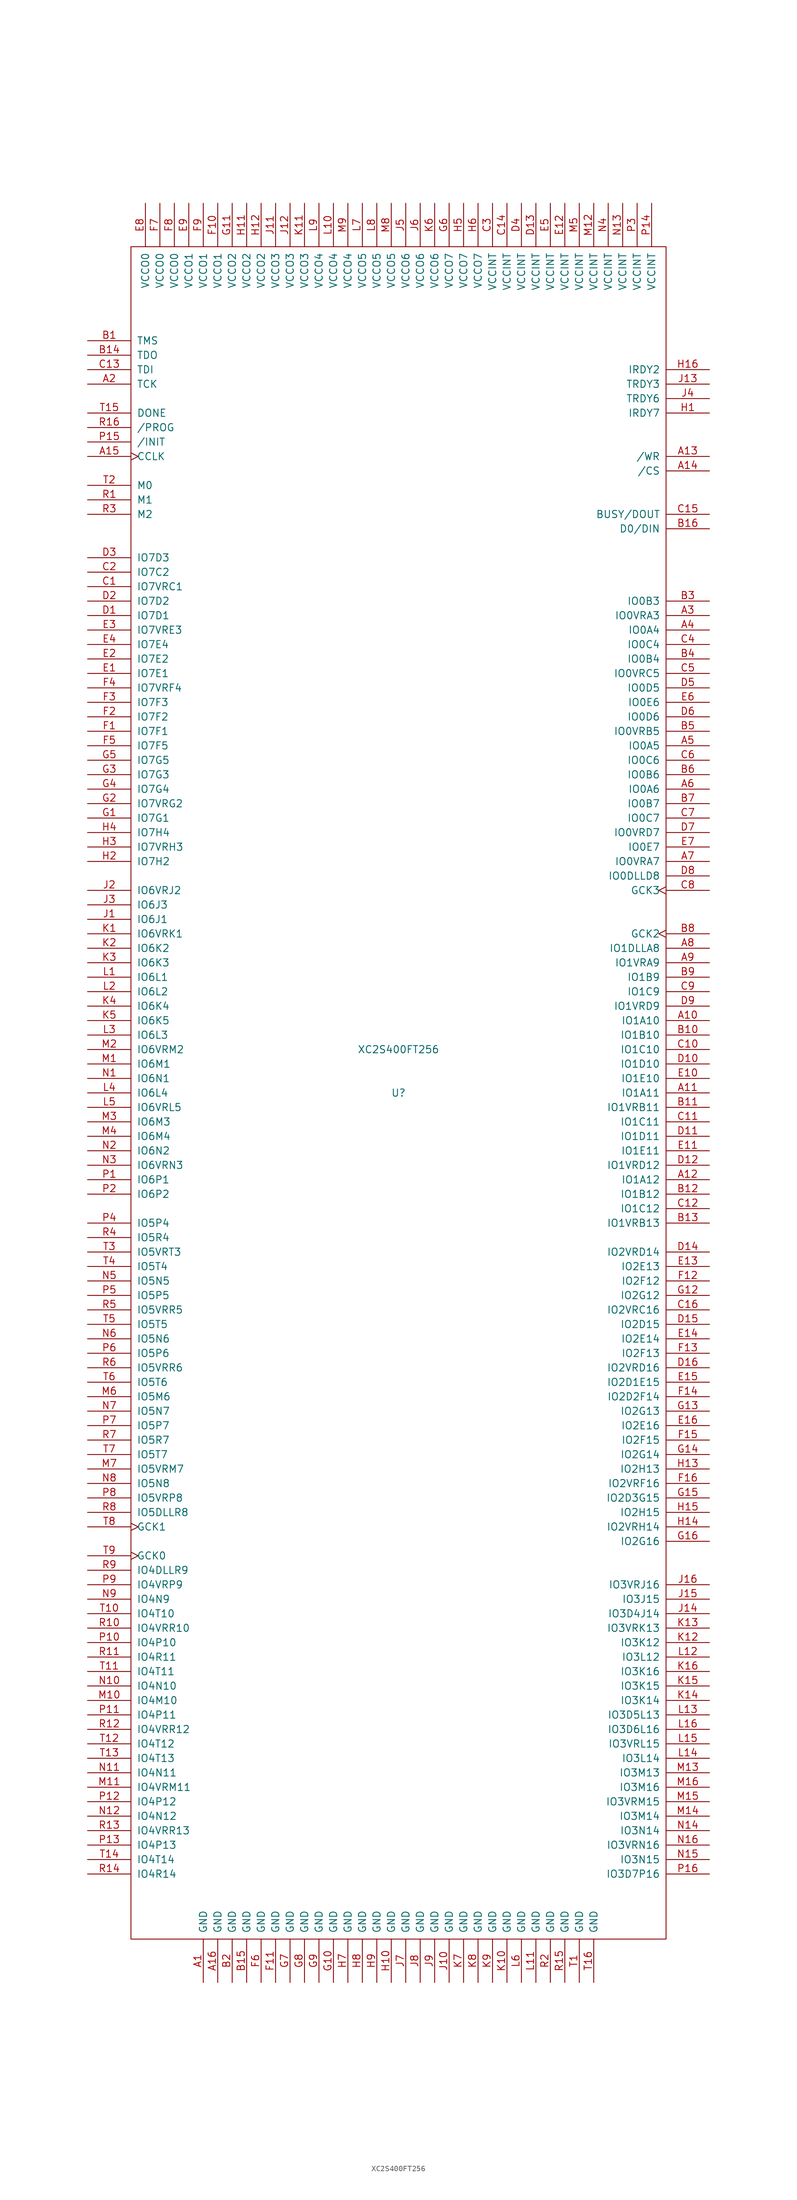
<source format=kicad_sym>
(kicad_symbol_lib
  (version 20201005)
  (generator kicad_symbol_editor)
  (symbol "FPGA_Xilinx:XC2S400FT256"
    (pin_names
      (offset 1.016))
    (property "Reference" "U"
      (at 0 0 0)
      (effects (font (size 1.27 1.27))))
    (property "Value" "XC2S400FT256"
      (at 0 7.62 0)
      (effects (font (size 1.27 1.27))))
    (symbol "XC2S400FT256_0_1"
      (rectangle (start 46.99 -148.59) (end -46.99 148.59) (stroke (width 0)) (fill (type none))))
    (symbol "XC2S400FT256_1_1"
      (pin power_in line (at -34.29 -156.21 90) (length 7.62) (name "GND" (effects (font (size 1.27 1.27)))) (number "A1" (effects (font (size 1.27 1.27)))))
      (pin bidirectional line (at 54.61 12.7 180) (length 7.62) (name "IO1A10" (effects (font (size 1.27 1.27)))) (number "A10" (effects (font (size 1.27 1.27)))))
      (pin bidirectional line (at 54.61 0 180) (length 7.62) (name "IO1A11" (effects (font (size 1.27 1.27)))) (number "A11" (effects (font (size 1.27 1.27)))))
      (pin bidirectional line (at 54.61 -15.24 180) (length 7.62) (name "IO1A12" (effects (font (size 1.27 1.27)))) (number "A12" (effects (font (size 1.27 1.27)))))
      (pin bidirectional line (at 54.61 111.76 180) (length 7.62) (name "/WR" (effects (font (size 1.27 1.27)))) (number "A13" (effects (font (size 1.27 1.27)))))
      (pin bidirectional line (at 54.61 109.22 180) (length 7.62) (name "/CS" (effects (font (size 1.27 1.27)))) (number "A14" (effects (font (size 1.27 1.27)))))
      (pin bidirectional clock (at -54.61 111.76 0) (length 7.62) (name "CCLK" (effects (font (size 1.27 1.27)))) (number "A15" (effects (font (size 1.27 1.27)))))
      (pin power_in line (at -31.75 -156.21 90) (length 7.62) (name "GND" (effects (font (size 1.27 1.27)))) (number "A16" (effects (font (size 1.27 1.27)))))
      (pin bidirectional line (at -54.61 124.46 0) (length 7.62) (name "TCK" (effects (font (size 1.27 1.27)))) (number "A2" (effects (font (size 1.27 1.27)))))
      (pin bidirectional line (at 54.61 83.82 180) (length 7.62) (name "IO0VRA3" (effects (font (size 1.27 1.27)))) (number "A3" (effects (font (size 1.27 1.27)))))
      (pin bidirectional line (at 54.61 81.28 180) (length 7.62) (name "IO0A4" (effects (font (size 1.27 1.27)))) (number "A4" (effects (font (size 1.27 1.27)))))
      (pin bidirectional line (at 54.61 60.96 180) (length 7.62) (name "IO0A5" (effects (font (size 1.27 1.27)))) (number "A5" (effects (font (size 1.27 1.27)))))
      (pin bidirectional line (at 54.61 53.34 180) (length 7.62) (name "IO0A6" (effects (font (size 1.27 1.27)))) (number "A6" (effects (font (size 1.27 1.27)))))
      (pin bidirectional line (at 54.61 40.64 180) (length 7.62) (name "IO0VRA7" (effects (font (size 1.27 1.27)))) (number "A7" (effects (font (size 1.27 1.27)))))
      (pin bidirectional line (at 54.61 25.4 180) (length 7.62) (name "IO1DLLA8" (effects (font (size 1.27 1.27)))) (number "A8" (effects (font (size 1.27 1.27)))))
      (pin bidirectional line (at 54.61 22.86 180) (length 7.62) (name "IO1VRA9" (effects (font (size 1.27 1.27)))) (number "A9" (effects (font (size 1.27 1.27)))))
      (pin bidirectional line (at -54.61 132.08 0) (length 7.62) (name "TMS" (effects (font (size 1.27 1.27)))) (number "B1" (effects (font (size 1.27 1.27)))))
      (pin bidirectional line (at 54.61 10.16 180) (length 7.62) (name "IO1B10" (effects (font (size 1.27 1.27)))) (number "B10" (effects (font (size 1.27 1.27)))))
      (pin bidirectional line (at 54.61 -2.54 180) (length 7.62) (name "IO1VRB11" (effects (font (size 1.27 1.27)))) (number "B11" (effects (font (size 1.27 1.27)))))
      (pin bidirectional line (at 54.61 -17.78 180) (length 7.62) (name "IO1B12" (effects (font (size 1.27 1.27)))) (number "B12" (effects (font (size 1.27 1.27)))))
      (pin bidirectional line (at 54.61 -22.86 180) (length 7.62) (name "IO1VRB13" (effects (font (size 1.27 1.27)))) (number "B13" (effects (font (size 1.27 1.27)))))
      (pin bidirectional line (at -54.61 129.54 0) (length 7.62) (name "TDO" (effects (font (size 1.27 1.27)))) (number "B14" (effects (font (size 1.27 1.27)))))
      (pin power_in line (at -26.67 -156.21 90) (length 7.62) (name "GND" (effects (font (size 1.27 1.27)))) (number "B15" (effects (font (size 1.27 1.27)))))
      (pin bidirectional line (at 54.61 99.06 180) (length 7.62) (name "D0/DIN" (effects (font (size 1.27 1.27)))) (number "B16" (effects (font (size 1.27 1.27)))))
      (pin power_in line (at -29.21 -156.21 90) (length 7.62) (name "GND" (effects (font (size 1.27 1.27)))) (number "B2" (effects (font (size 1.27 1.27)))))
      (pin bidirectional line (at 54.61 86.36 180) (length 7.62) (name "IO0B3" (effects (font (size 1.27 1.27)))) (number "B3" (effects (font (size 1.27 1.27)))))
      (pin bidirectional line (at 54.61 76.2 180) (length 7.62) (name "IO0B4" (effects (font (size 1.27 1.27)))) (number "B4" (effects (font (size 1.27 1.27)))))
      (pin bidirectional line (at 54.61 63.5 180) (length 7.62) (name "IO0VRB5" (effects (font (size 1.27 1.27)))) (number "B5" (effects (font (size 1.27 1.27)))))
      (pin bidirectional line (at 54.61 55.88 180) (length 7.62) (name "IO0B6" (effects (font (size 1.27 1.27)))) (number "B6" (effects (font (size 1.27 1.27)))))
      (pin bidirectional line (at 54.61 50.8 180) (length 7.62) (name "IO0B7" (effects (font (size 1.27 1.27)))) (number "B7" (effects (font (size 1.27 1.27)))))
      (pin input clock (at 54.61 27.94 180) (length 7.62) (name "GCK2" (effects (font (size 1.27 1.27)))) (number "B8" (effects (font (size 1.27 1.27)))))
      (pin bidirectional line (at 54.61 20.32 180) (length 7.62) (name "IO1B9" (effects (font (size 1.27 1.27)))) (number "B9" (effects (font (size 1.27 1.27)))))
      (pin bidirectional line (at -54.61 88.9 0) (length 7.62) (name "IO7VRC1" (effects (font (size 1.27 1.27)))) (number "C1" (effects (font (size 1.27 1.27)))))
      (pin bidirectional line (at 54.61 7.62 180) (length 7.62) (name "IO1C10" (effects (font (size 1.27 1.27)))) (number "C10" (effects (font (size 1.27 1.27)))))
      (pin bidirectional line (at 54.61 -5.08 180) (length 7.62) (name "IO1C11" (effects (font (size 1.27 1.27)))) (number "C11" (effects (font (size 1.27 1.27)))))
      (pin bidirectional line (at 54.61 -20.32 180) (length 7.62) (name "IO1C12" (effects (font (size 1.27 1.27)))) (number "C12" (effects (font (size 1.27 1.27)))))
      (pin bidirectional line (at -54.61 127 0) (length 7.62) (name "TDI" (effects (font (size 1.27 1.27)))) (number "C13" (effects (font (size 1.27 1.27)))))
      (pin power_in line (at 19.05 156.21 270) (length 7.62) (name "VCCINT" (effects (font (size 1.27 1.27)))) (number "C14" (effects (font (size 1.27 1.27)))))
      (pin bidirectional line (at 54.61 101.6 180) (length 7.62) (name "BUSY/DOUT" (effects (font (size 1.27 1.27)))) (number "C15" (effects (font (size 1.27 1.27)))))
      (pin bidirectional line (at 54.61 -38.1 180) (length 7.62) (name "IO2VRC16" (effects (font (size 1.27 1.27)))) (number "C16" (effects (font (size 1.27 1.27)))))
      (pin bidirectional line (at -54.61 91.44 0) (length 7.62) (name "IO7C2" (effects (font (size 1.27 1.27)))) (number "C2" (effects (font (size 1.27 1.27)))))
      (pin power_in line (at 16.51 156.21 270) (length 7.62) (name "VCCINT" (effects (font (size 1.27 1.27)))) (number "C3" (effects (font (size 1.27 1.27)))))
      (pin bidirectional line (at 54.61 78.74 180) (length 7.62) (name "IO0C4" (effects (font (size 1.27 1.27)))) (number "C4" (effects (font (size 1.27 1.27)))))
      (pin bidirectional line (at 54.61 73.66 180) (length 7.62) (name "IO0VRC5" (effects (font (size 1.27 1.27)))) (number "C5" (effects (font (size 1.27 1.27)))))
      (pin bidirectional line (at 54.61 58.42 180) (length 7.62) (name "IO0C6" (effects (font (size 1.27 1.27)))) (number "C6" (effects (font (size 1.27 1.27)))))
      (pin bidirectional line (at 54.61 48.26 180) (length 7.62) (name "IO0C7" (effects (font (size 1.27 1.27)))) (number "C7" (effects (font (size 1.27 1.27)))))
      (pin input clock (at 54.61 35.56 180) (length 7.62) (name "GCK3" (effects (font (size 1.27 1.27)))) (number "C8" (effects (font (size 1.27 1.27)))))
      (pin bidirectional line (at 54.61 17.78 180) (length 7.62) (name "IO1C9" (effects (font (size 1.27 1.27)))) (number "C9" (effects (font (size 1.27 1.27)))))
      (pin bidirectional line (at -54.61 83.82 0) (length 7.62) (name "IO7D1" (effects (font (size 1.27 1.27)))) (number "D1" (effects (font (size 1.27 1.27)))))
      (pin bidirectional line (at 54.61 5.08 180) (length 7.62) (name "IO1D10" (effects (font (size 1.27 1.27)))) (number "D10" (effects (font (size 1.27 1.27)))))
      (pin bidirectional line (at 54.61 -7.62 180) (length 7.62) (name "IO1D11" (effects (font (size 1.27 1.27)))) (number "D11" (effects (font (size 1.27 1.27)))))
      (pin bidirectional line (at 54.61 -12.7 180) (length 7.62) (name "IO1VRD12" (effects (font (size 1.27 1.27)))) (number "D12" (effects (font (size 1.27 1.27)))))
      (pin power_in line (at 24.13 156.21 270) (length 7.62) (name "VCCINT" (effects (font (size 1.27 1.27)))) (number "D13" (effects (font (size 1.27 1.27)))))
      (pin bidirectional line (at 54.61 -27.94 180) (length 7.62) (name "IO2VRD14" (effects (font (size 1.27 1.27)))) (number "D14" (effects (font (size 1.27 1.27)))))
      (pin bidirectional line (at 54.61 -40.64 180) (length 7.62) (name "IO2D15" (effects (font (size 1.27 1.27)))) (number "D15" (effects (font (size 1.27 1.27)))))
      (pin bidirectional line (at 54.61 -48.26 180) (length 7.62) (name "IO2VRD16" (effects (font (size 1.27 1.27)))) (number "D16" (effects (font (size 1.27 1.27)))))
      (pin bidirectional line (at -54.61 86.36 0) (length 7.62) (name "IO7D2" (effects (font (size 1.27 1.27)))) (number "D2" (effects (font (size 1.27 1.27)))))
      (pin bidirectional line (at -54.61 93.98 0) (length 7.62) (name "IO7D3" (effects (font (size 1.27 1.27)))) (number "D3" (effects (font (size 1.27 1.27)))))
      (pin power_in line (at 21.59 156.21 270) (length 7.62) (name "VCCINT" (effects (font (size 1.27 1.27)))) (number "D4" (effects (font (size 1.27 1.27)))))
      (pin bidirectional line (at 54.61 71.12 180) (length 7.62) (name "IO0D5" (effects (font (size 1.27 1.27)))) (number "D5" (effects (font (size 1.27 1.27)))))
      (pin bidirectional line (at 54.61 66.04 180) (length 7.62) (name "IO0D6" (effects (font (size 1.27 1.27)))) (number "D6" (effects (font (size 1.27 1.27)))))
      (pin bidirectional line (at 54.61 45.72 180) (length 7.62) (name "IO0VRD7" (effects (font (size 1.27 1.27)))) (number "D7" (effects (font (size 1.27 1.27)))))
      (pin bidirectional line (at 54.61 38.1 180) (length 7.62) (name "IO0DLLD8" (effects (font (size 1.27 1.27)))) (number "D8" (effects (font (size 1.27 1.27)))))
      (pin bidirectional line (at 54.61 15.24 180) (length 7.62) (name "IO1VRD9" (effects (font (size 1.27 1.27)))) (number "D9" (effects (font (size 1.27 1.27)))))
      (pin bidirectional line (at -54.61 73.66 0) (length 7.62) (name "IO7E1" (effects (font (size 1.27 1.27)))) (number "E1" (effects (font (size 1.27 1.27)))))
      (pin bidirectional line (at 54.61 2.54 180) (length 7.62) (name "IO1E10" (effects (font (size 1.27 1.27)))) (number "E10" (effects (font (size 1.27 1.27)))))
      (pin bidirectional line (at 54.61 -10.16 180) (length 7.62) (name "IO1E11" (effects (font (size 1.27 1.27)))) (number "E11" (effects (font (size 1.27 1.27)))))
      (pin power_in line (at 29.21 156.21 270) (length 7.62) (name "VCCINT" (effects (font (size 1.27 1.27)))) (number "E12" (effects (font (size 1.27 1.27)))))
      (pin bidirectional line (at 54.61 -30.48 180) (length 7.62) (name "IO2E13" (effects (font (size 1.27 1.27)))) (number "E13" (effects (font (size 1.27 1.27)))))
      (pin bidirectional line (at 54.61 -43.18 180) (length 7.62) (name "IO2E14" (effects (font (size 1.27 1.27)))) (number "E14" (effects (font (size 1.27 1.27)))))
      (pin bidirectional line (at 54.61 -50.8 180) (length 7.62) (name "IO2D1E15" (effects (font (size 1.27 1.27)))) (number "E15" (effects (font (size 1.27 1.27)))))
      (pin bidirectional line (at 54.61 -58.42 180) (length 7.62) (name "IO2E16" (effects (font (size 1.27 1.27)))) (number "E16" (effects (font (size 1.27 1.27)))))
      (pin bidirectional line (at -54.61 76.2 0) (length 7.62) (name "IO7E2" (effects (font (size 1.27 1.27)))) (number "E2" (effects (font (size 1.27 1.27)))))
      (pin bidirectional line (at -54.61 81.28 0) (length 7.62) (name "IO7VRE3" (effects (font (size 1.27 1.27)))) (number "E3" (effects (font (size 1.27 1.27)))))
      (pin bidirectional line (at -54.61 78.74 0) (length 7.62) (name "IO7E4" (effects (font (size 1.27 1.27)))) (number "E4" (effects (font (size 1.27 1.27)))))
      (pin power_in line (at 26.67 156.21 270) (length 7.62) (name "VCCINT" (effects (font (size 1.27 1.27)))) (number "E5" (effects (font (size 1.27 1.27)))))
      (pin bidirectional line (at 54.61 68.58 180) (length 7.62) (name "IO0E6" (effects (font (size 1.27 1.27)))) (number "E6" (effects (font (size 1.27 1.27)))))
      (pin bidirectional line (at 54.61 43.18 180) (length 7.62) (name "IO0E7" (effects (font (size 1.27 1.27)))) (number "E7" (effects (font (size 1.27 1.27)))))
      (pin power_in line (at -44.45 156.21 270) (length 7.62) (name "VCCO0" (effects (font (size 1.27 1.27)))) (number "E8" (effects (font (size 1.27 1.27)))))
      (pin power_in line (at -36.83 156.21 270) (length 7.62) (name "VCCO1" (effects (font (size 1.27 1.27)))) (number "E9" (effects (font (size 1.27 1.27)))))
      (pin bidirectional line (at -54.61 63.5 0) (length 7.62) (name "IO7F1" (effects (font (size 1.27 1.27)))) (number "F1" (effects (font (size 1.27 1.27)))))
      (pin power_in line (at -31.75 156.21 270) (length 7.62) (name "VCCO1" (effects (font (size 1.27 1.27)))) (number "F10" (effects (font (size 1.27 1.27)))))
      (pin power_in line (at -21.59 -156.21 90) (length 7.62) (name "GND" (effects (font (size 1.27 1.27)))) (number "F11" (effects (font (size 1.27 1.27)))))
      (pin bidirectional line (at 54.61 -33.02 180) (length 7.62) (name "IO2F12" (effects (font (size 1.27 1.27)))) (number "F12" (effects (font (size 1.27 1.27)))))
      (pin bidirectional line (at 54.61 -45.72 180) (length 7.62) (name "IO2F13" (effects (font (size 1.27 1.27)))) (number "F13" (effects (font (size 1.27 1.27)))))
      (pin bidirectional line (at 54.61 -53.34 180) (length 7.62) (name "IO2D2F14" (effects (font (size 1.27 1.27)))) (number "F14" (effects (font (size 1.27 1.27)))))
      (pin bidirectional line (at 54.61 -60.96 180) (length 7.62) (name "IO2F15" (effects (font (size 1.27 1.27)))) (number "F15" (effects (font (size 1.27 1.27)))))
      (pin bidirectional line (at 54.61 -68.58 180) (length 7.62) (name "IO2VRF16" (effects (font (size 1.27 1.27)))) (number "F16" (effects (font (size 1.27 1.27)))))
      (pin bidirectional line (at -54.61 66.04 0) (length 7.62) (name "IO7F2" (effects (font (size 1.27 1.27)))) (number "F2" (effects (font (size 1.27 1.27)))))
      (pin bidirectional line (at -54.61 68.58 0) (length 7.62) (name "IO7F3" (effects (font (size 1.27 1.27)))) (number "F3" (effects (font (size 1.27 1.27)))))
      (pin bidirectional line (at -54.61 71.12 0) (length 7.62) (name "IO7VRF4" (effects (font (size 1.27 1.27)))) (number "F4" (effects (font (size 1.27 1.27)))))
      (pin bidirectional line (at -54.61 60.96 0) (length 7.62) (name "IO7F5" (effects (font (size 1.27 1.27)))) (number "F5" (effects (font (size 1.27 1.27)))))
      (pin power_in line (at -24.13 -156.21 90) (length 7.62) (name "GND" (effects (font (size 1.27 1.27)))) (number "F6" (effects (font (size 1.27 1.27)))))
      (pin power_in line (at -41.91 156.21 270) (length 7.62) (name "VCCO0" (effects (font (size 1.27 1.27)))) (number "F7" (effects (font (size 1.27 1.27)))))
      (pin power_in line (at -39.37 156.21 270) (length 7.62) (name "VCCO0" (effects (font (size 1.27 1.27)))) (number "F8" (effects (font (size 1.27 1.27)))))
      (pin power_in line (at -34.29 156.21 270) (length 7.62) (name "VCCO1" (effects (font (size 1.27 1.27)))) (number "F9" (effects (font (size 1.27 1.27)))))
      (pin bidirectional line (at -54.61 48.26 0) (length 7.62) (name "IO7G1" (effects (font (size 1.27 1.27)))) (number "G1" (effects (font (size 1.27 1.27)))))
      (pin power_in line (at -11.43 -156.21 90) (length 7.62) (name "GND" (effects (font (size 1.27 1.27)))) (number "G10" (effects (font (size 1.27 1.27)))))
      (pin power_in line (at -29.21 156.21 270) (length 7.62) (name "VCCO2" (effects (font (size 1.27 1.27)))) (number "G11" (effects (font (size 1.27 1.27)))))
      (pin bidirectional line (at 54.61 -35.56 180) (length 7.62) (name "IO2G12" (effects (font (size 1.27 1.27)))) (number "G12" (effects (font (size 1.27 1.27)))))
      (pin bidirectional line (at 54.61 -55.88 180) (length 7.62) (name "IO2G13" (effects (font (size 1.27 1.27)))) (number "G13" (effects (font (size 1.27 1.27)))))
      (pin bidirectional line (at 54.61 -63.5 180) (length 7.62) (name "IO2G14" (effects (font (size 1.27 1.27)))) (number "G14" (effects (font (size 1.27 1.27)))))
      (pin bidirectional line (at 54.61 -71.12 180) (length 7.62) (name "IO2D3G15" (effects (font (size 1.27 1.27)))) (number "G15" (effects (font (size 1.27 1.27)))))
      (pin bidirectional line (at 54.61 -78.74 180) (length 7.62) (name "IO2G16" (effects (font (size 1.27 1.27)))) (number "G16" (effects (font (size 1.27 1.27)))))
      (pin bidirectional line (at -54.61 50.8 0) (length 7.62) (name "IO7VRG2" (effects (font (size 1.27 1.27)))) (number "G2" (effects (font (size 1.27 1.27)))))
      (pin bidirectional line (at -54.61 55.88 0) (length 7.62) (name "IO7G3" (effects (font (size 1.27 1.27)))) (number "G3" (effects (font (size 1.27 1.27)))))
      (pin bidirectional line (at -54.61 53.34 0) (length 7.62) (name "IO7G4" (effects (font (size 1.27 1.27)))) (number "G4" (effects (font (size 1.27 1.27)))))
      (pin bidirectional line (at -54.61 58.42 0) (length 7.62) (name "IO7G5" (effects (font (size 1.27 1.27)))) (number "G5" (effects (font (size 1.27 1.27)))))
      (pin power_in line (at 8.89 156.21 270) (length 7.62) (name "VCCO7" (effects (font (size 1.27 1.27)))) (number "G6" (effects (font (size 1.27 1.27)))))
      (pin power_in line (at -19.05 -156.21 90) (length 7.62) (name "GND" (effects (font (size 1.27 1.27)))) (number "G7" (effects (font (size 1.27 1.27)))))
      (pin power_in line (at -16.51 -156.21 90) (length 7.62) (name "GND" (effects (font (size 1.27 1.27)))) (number "G8" (effects (font (size 1.27 1.27)))))
      (pin power_in line (at -13.97 -156.21 90) (length 7.62) (name "GND" (effects (font (size 1.27 1.27)))) (number "G9" (effects (font (size 1.27 1.27)))))
      (pin bidirectional line (at 54.61 119.38 180) (length 7.62) (name "IRDY7" (effects (font (size 1.27 1.27)))) (number "H1" (effects (font (size 1.27 1.27)))))
      (pin power_in line (at -1.27 -156.21 90) (length 7.62) (name "GND" (effects (font (size 1.27 1.27)))) (number "H10" (effects (font (size 1.27 1.27)))))
      (pin power_in line (at -26.67 156.21 270) (length 7.62) (name "VCCO2" (effects (font (size 1.27 1.27)))) (number "H11" (effects (font (size 1.27 1.27)))))
      (pin power_in line (at -24.13 156.21 270) (length 7.62) (name "VCCO2" (effects (font (size 1.27 1.27)))) (number "H12" (effects (font (size 1.27 1.27)))))
      (pin bidirectional line (at 54.61 -66.04 180) (length 7.62) (name "IO2H13" (effects (font (size 1.27 1.27)))) (number "H13" (effects (font (size 1.27 1.27)))))
      (pin bidirectional line (at 54.61 -76.2 180) (length 7.62) (name "IO2VRH14" (effects (font (size 1.27 1.27)))) (number "H14" (effects (font (size 1.27 1.27)))))
      (pin bidirectional line (at 54.61 -73.66 180) (length 7.62) (name "IO2H15" (effects (font (size 1.27 1.27)))) (number "H15" (effects (font (size 1.27 1.27)))))
      (pin bidirectional line (at 54.61 127 180) (length 7.62) (name "IRDY2" (effects (font (size 1.27 1.27)))) (number "H16" (effects (font (size 1.27 1.27)))))
      (pin bidirectional line (at -54.61 40.64 0) (length 7.62) (name "IO7H2" (effects (font (size 1.27 1.27)))) (number "H2" (effects (font (size 1.27 1.27)))))
      (pin bidirectional line (at -54.61 43.18 0) (length 7.62) (name "IO7VRH3" (effects (font (size 1.27 1.27)))) (number "H3" (effects (font (size 1.27 1.27)))))
      (pin bidirectional line (at -54.61 45.72 0) (length 7.62) (name "IO7H4" (effects (font (size 1.27 1.27)))) (number "H4" (effects (font (size 1.27 1.27)))))
      (pin power_in line (at 11.43 156.21 270) (length 7.62) (name "VCCO7" (effects (font (size 1.27 1.27)))) (number "H5" (effects (font (size 1.27 1.27)))))
      (pin power_in line (at 13.97 156.21 270) (length 7.62) (name "VCCO7" (effects (font (size 1.27 1.27)))) (number "H6" (effects (font (size 1.27 1.27)))))
      (pin power_in line (at -8.89 -156.21 90) (length 7.62) (name "GND" (effects (font (size 1.27 1.27)))) (number "H7" (effects (font (size 1.27 1.27)))))
      (pin power_in line (at -6.35 -156.21 90) (length 7.62) (name "GND" (effects (font (size 1.27 1.27)))) (number "H8" (effects (font (size 1.27 1.27)))))
      (pin power_in line (at -3.81 -156.21 90) (length 7.62) (name "GND" (effects (font (size 1.27 1.27)))) (number "H9" (effects (font (size 1.27 1.27)))))
      (pin bidirectional line (at -54.61 30.48 0) (length 7.62) (name "IO6J1" (effects (font (size 1.27 1.27)))) (number "J1" (effects (font (size 1.27 1.27)))))
      (pin power_in line (at 8.89 -156.21 90) (length 7.62) (name "GND" (effects (font (size 1.27 1.27)))) (number "J10" (effects (font (size 1.27 1.27)))))
      (pin power_in line (at -21.59 156.21 270) (length 7.62) (name "VCCO3" (effects (font (size 1.27 1.27)))) (number "J11" (effects (font (size 1.27 1.27)))))
      (pin power_in line (at -19.05 156.21 270) (length 7.62) (name "VCCO3" (effects (font (size 1.27 1.27)))) (number "J12" (effects (font (size 1.27 1.27)))))
      (pin bidirectional line (at 54.61 124.46 180) (length 7.62) (name "TRDY3" (effects (font (size 1.27 1.27)))) (number "J13" (effects (font (size 1.27 1.27)))))
      (pin bidirectional line (at 54.61 -91.44 180) (length 7.62) (name "IO3D4J14" (effects (font (size 1.27 1.27)))) (number "J14" (effects (font (size 1.27 1.27)))))
      (pin bidirectional line (at 54.61 -88.9 180) (length 7.62) (name "IO3J15" (effects (font (size 1.27 1.27)))) (number "J15" (effects (font (size 1.27 1.27)))))
      (pin bidirectional line (at 54.61 -86.36 180) (length 7.62) (name "IO3VRJ16" (effects (font (size 1.27 1.27)))) (number "J16" (effects (font (size 1.27 1.27)))))
      (pin bidirectional line (at -54.61 35.56 0) (length 7.62) (name "IO6VRJ2" (effects (font (size 1.27 1.27)))) (number "J2" (effects (font (size 1.27 1.27)))))
      (pin bidirectional line (at -54.61 33.02 0) (length 7.62) (name "IO6J3" (effects (font (size 1.27 1.27)))) (number "J3" (effects (font (size 1.27 1.27)))))
      (pin bidirectional line (at 54.61 121.92 180) (length 7.62) (name "TRDY6" (effects (font (size 1.27 1.27)))) (number "J4" (effects (font (size 1.27 1.27)))))
      (pin power_in line (at 1.27 156.21 270) (length 7.62) (name "VCCO6" (effects (font (size 1.27 1.27)))) (number "J5" (effects (font (size 1.27 1.27)))))
      (pin power_in line (at 3.81 156.21 270) (length 7.62) (name "VCCO6" (effects (font (size 1.27 1.27)))) (number "J6" (effects (font (size 1.27 1.27)))))
      (pin power_in line (at 1.27 -156.21 90) (length 7.62) (name "GND" (effects (font (size 1.27 1.27)))) (number "J7" (effects (font (size 1.27 1.27)))))
      (pin power_in line (at 3.81 -156.21 90) (length 7.62) (name "GND" (effects (font (size 1.27 1.27)))) (number "J8" (effects (font (size 1.27 1.27)))))
      (pin power_in line (at 6.35 -156.21 90) (length 7.62) (name "GND" (effects (font (size 1.27 1.27)))) (number "J9" (effects (font (size 1.27 1.27)))))
      (pin bidirectional line (at -54.61 27.94 0) (length 7.62) (name "IO6VRK1" (effects (font (size 1.27 1.27)))) (number "K1" (effects (font (size 1.27 1.27)))))
      (pin power_in line (at 19.05 -156.21 90) (length 7.62) (name "GND" (effects (font (size 1.27 1.27)))) (number "K10" (effects (font (size 1.27 1.27)))))
      (pin power_in line (at -16.51 156.21 270) (length 7.62) (name "VCCO3" (effects (font (size 1.27 1.27)))) (number "K11" (effects (font (size 1.27 1.27)))))
      (pin bidirectional line (at 54.61 -96.52 180) (length 7.62) (name "IO3K12" (effects (font (size 1.27 1.27)))) (number "K12" (effects (font (size 1.27 1.27)))))
      (pin bidirectional line (at 54.61 -93.98 180) (length 7.62) (name "IO3VRK13" (effects (font (size 1.27 1.27)))) (number "K13" (effects (font (size 1.27 1.27)))))
      (pin bidirectional line (at 54.61 -106.68 180) (length 7.62) (name "IO3K14" (effects (font (size 1.27 1.27)))) (number "K14" (effects (font (size 1.27 1.27)))))
      (pin bidirectional line (at 54.61 -104.14 180) (length 7.62) (name "IO3K15" (effects (font (size 1.27 1.27)))) (number "K15" (effects (font (size 1.27 1.27)))))
      (pin bidirectional line (at 54.61 -101.6 180) (length 7.62) (name "IO3K16" (effects (font (size 1.27 1.27)))) (number "K16" (effects (font (size 1.27 1.27)))))
      (pin bidirectional line (at -54.61 25.4 0) (length 7.62) (name "IO6K2" (effects (font (size 1.27 1.27)))) (number "K2" (effects (font (size 1.27 1.27)))))
      (pin bidirectional line (at -54.61 22.86 0) (length 7.62) (name "IO6K3" (effects (font (size 1.27 1.27)))) (number "K3" (effects (font (size 1.27 1.27)))))
      (pin bidirectional line (at -54.61 15.24 0) (length 7.62) (name "IO6K4" (effects (font (size 1.27 1.27)))) (number "K4" (effects (font (size 1.27 1.27)))))
      (pin bidirectional line (at -54.61 12.7 0) (length 7.62) (name "IO6K5" (effects (font (size 1.27 1.27)))) (number "K5" (effects (font (size 1.27 1.27)))))
      (pin power_in line (at 6.35 156.21 270) (length 7.62) (name "VCCO6" (effects (font (size 1.27 1.27)))) (number "K6" (effects (font (size 1.27 1.27)))))
      (pin power_in line (at 11.43 -156.21 90) (length 7.62) (name "GND" (effects (font (size 1.27 1.27)))) (number "K7" (effects (font (size 1.27 1.27)))))
      (pin power_in line (at 13.97 -156.21 90) (length 7.62) (name "GND" (effects (font (size 1.27 1.27)))) (number "K8" (effects (font (size 1.27 1.27)))))
      (pin power_in line (at 16.51 -156.21 90) (length 7.62) (name "GND" (effects (font (size 1.27 1.27)))) (number "K9" (effects (font (size 1.27 1.27)))))
      (pin bidirectional line (at -54.61 20.32 0) (length 7.62) (name "IO6L1" (effects (font (size 1.27 1.27)))) (number "L1" (effects (font (size 1.27 1.27)))))
      (pin power_in line (at -11.43 156.21 270) (length 7.62) (name "VCCO4" (effects (font (size 1.27 1.27)))) (number "L10" (effects (font (size 1.27 1.27)))))
      (pin power_in line (at 24.13 -156.21 90) (length 7.62) (name "GND" (effects (font (size 1.27 1.27)))) (number "L11" (effects (font (size 1.27 1.27)))))
      (pin bidirectional line (at 54.61 -99.06 180) (length 7.62) (name "IO3L12" (effects (font (size 1.27 1.27)))) (number "L12" (effects (font (size 1.27 1.27)))))
      (pin bidirectional line (at 54.61 -109.22 180) (length 7.62) (name "IO3D5L13" (effects (font (size 1.27 1.27)))) (number "L13" (effects (font (size 1.27 1.27)))))
      (pin bidirectional line (at 54.61 -116.84 180) (length 7.62) (name "IO3L14" (effects (font (size 1.27 1.27)))) (number "L14" (effects (font (size 1.27 1.27)))))
      (pin bidirectional line (at 54.61 -114.3 180) (length 7.62) (name "IO3VRL15" (effects (font (size 1.27 1.27)))) (number "L15" (effects (font (size 1.27 1.27)))))
      (pin bidirectional line (at 54.61 -111.76 180) (length 7.62) (name "IO3D6L16" (effects (font (size 1.27 1.27)))) (number "L16" (effects (font (size 1.27 1.27)))))
      (pin bidirectional line (at -54.61 17.78 0) (length 7.62) (name "IO6L2" (effects (font (size 1.27 1.27)))) (number "L2" (effects (font (size 1.27 1.27)))))
      (pin bidirectional line (at -54.61 10.16 0) (length 7.62) (name "IO6L3" (effects (font (size 1.27 1.27)))) (number "L3" (effects (font (size 1.27 1.27)))))
      (pin bidirectional line (at -54.61 0 0) (length 7.62) (name "IO6L4" (effects (font (size 1.27 1.27)))) (number "L4" (effects (font (size 1.27 1.27)))))
      (pin bidirectional line (at -54.61 -2.54 0) (length 7.62) (name "IO6VRL5" (effects (font (size 1.27 1.27)))) (number "L5" (effects (font (size 1.27 1.27)))))
      (pin power_in line (at 21.59 -156.21 90) (length 7.62) (name "GND" (effects (font (size 1.27 1.27)))) (number "L6" (effects (font (size 1.27 1.27)))))
      (pin power_in line (at -6.35 156.21 270) (length 7.62) (name "VCCO5" (effects (font (size 1.27 1.27)))) (number "L7" (effects (font (size 1.27 1.27)))))
      (pin power_in line (at -3.81 156.21 270) (length 7.62) (name "VCCO5" (effects (font (size 1.27 1.27)))) (number "L8" (effects (font (size 1.27 1.27)))))
      (pin passive line (at -13.97 156.21 270) (length 7.62) (name "VCCO4" (effects (font (size 1.27 1.27)))) (number "L9" (effects (font (size 1.27 1.27)))))
      (pin bidirectional line (at -54.61 5.08 0) (length 7.62) (name "IO6M1" (effects (font (size 1.27 1.27)))) (number "M1" (effects (font (size 1.27 1.27)))))
      (pin bidirectional line (at -54.61 -106.68 0) (length 7.62) (name "IO4M10" (effects (font (size 1.27 1.27)))) (number "M10" (effects (font (size 1.27 1.27)))))
      (pin bidirectional line (at -54.61 -121.92 0) (length 7.62) (name "IO4VRM11" (effects (font (size 1.27 1.27)))) (number "M11" (effects (font (size 1.27 1.27)))))
      (pin power_in line (at 34.29 156.21 270) (length 7.62) (name "VCCINT" (effects (font (size 1.27 1.27)))) (number "M12" (effects (font (size 1.27 1.27)))))
      (pin bidirectional line (at 54.61 -119.38 180) (length 7.62) (name "IO3M13" (effects (font (size 1.27 1.27)))) (number "M13" (effects (font (size 1.27 1.27)))))
      (pin bidirectional line (at 54.61 -127 180) (length 7.62) (name "IO3M14" (effects (font (size 1.27 1.27)))) (number "M14" (effects (font (size 1.27 1.27)))))
      (pin bidirectional line (at 54.61 -124.46 180) (length 7.62) (name "IO3VRM15" (effects (font (size 1.27 1.27)))) (number "M15" (effects (font (size 1.27 1.27)))))
      (pin bidirectional line (at 54.61 -121.92 180) (length 7.62) (name "IO3M16" (effects (font (size 1.27 1.27)))) (number "M16" (effects (font (size 1.27 1.27)))))
      (pin bidirectional line (at -54.61 7.62 0) (length 7.62) (name "IO6VRM2" (effects (font (size 1.27 1.27)))) (number "M2" (effects (font (size 1.27 1.27)))))
      (pin bidirectional line (at -54.61 -5.08 0) (length 7.62) (name "IO6M3" (effects (font (size 1.27 1.27)))) (number "M3" (effects (font (size 1.27 1.27)))))
      (pin bidirectional line (at -54.61 -7.62 0) (length 7.62) (name "IO6M4" (effects (font (size 1.27 1.27)))) (number "M4" (effects (font (size 1.27 1.27)))))
      (pin power_in line (at 31.75 156.21 270) (length 7.62) (name "VCCINT" (effects (font (size 1.27 1.27)))) (number "M5" (effects (font (size 1.27 1.27)))))
      (pin bidirectional line (at -54.61 -53.34 0) (length 7.62) (name "IO5M6" (effects (font (size 1.27 1.27)))) (number "M6" (effects (font (size 1.27 1.27)))))
      (pin bidirectional line (at -54.61 -66.04 0) (length 7.62) (name "IO5VRM7" (effects (font (size 1.27 1.27)))) (number "M7" (effects (font (size 1.27 1.27)))))
      (pin power_in line (at -1.27 156.21 270) (length 7.62) (name "VCCO5" (effects (font (size 1.27 1.27)))) (number "M8" (effects (font (size 1.27 1.27)))))
      (pin power_in line (at -8.89 156.21 270) (length 7.62) (name "VCCO4" (effects (font (size 1.27 1.27)))) (number "M9" (effects (font (size 1.27 1.27)))))
      (pin bidirectional line (at -54.61 2.54 0) (length 7.62) (name "IO6N1" (effects (font (size 1.27 1.27)))) (number "N1" (effects (font (size 1.27 1.27)))))
      (pin bidirectional line (at -54.61 -104.14 0) (length 7.62) (name "IO4N10" (effects (font (size 1.27 1.27)))) (number "N10" (effects (font (size 1.27 1.27)))))
      (pin bidirectional line (at -54.61 -119.38 0) (length 7.62) (name "IO4N11" (effects (font (size 1.27 1.27)))) (number "N11" (effects (font (size 1.27 1.27)))))
      (pin bidirectional line (at -54.61 -127 0) (length 7.62) (name "IO4N12" (effects (font (size 1.27 1.27)))) (number "N12" (effects (font (size 1.27 1.27)))))
      (pin power_in line (at 39.37 156.21 270) (length 7.62) (name "VCCINT" (effects (font (size 1.27 1.27)))) (number "N13" (effects (font (size 1.27 1.27)))))
      (pin bidirectional line (at 54.61 -129.54 180) (length 7.62) (name "IO3N14" (effects (font (size 1.27 1.27)))) (number "N14" (effects (font (size 1.27 1.27)))))
      (pin bidirectional line (at 54.61 -134.62 180) (length 7.62) (name "IO3N15" (effects (font (size 1.27 1.27)))) (number "N15" (effects (font (size 1.27 1.27)))))
      (pin bidirectional line (at 54.61 -132.08 180) (length 7.62) (name "IO3VRN16" (effects (font (size 1.27 1.27)))) (number "N16" (effects (font (size 1.27 1.27)))))
      (pin bidirectional line (at -54.61 -10.16 0) (length 7.62) (name "IO6N2" (effects (font (size 1.27 1.27)))) (number "N2" (effects (font (size 1.27 1.27)))))
      (pin bidirectional line (at -54.61 -12.7 0) (length 7.62) (name "IO6VRN3" (effects (font (size 1.27 1.27)))) (number "N3" (effects (font (size 1.27 1.27)))))
      (pin power_in line (at 36.83 156.21 270) (length 7.62) (name "VCCINT" (effects (font (size 1.27 1.27)))) (number "N4" (effects (font (size 1.27 1.27)))))
      (pin bidirectional line (at -54.61 -33.02 0) (length 7.62) (name "IO5N5" (effects (font (size 1.27 1.27)))) (number "N5" (effects (font (size 1.27 1.27)))))
      (pin bidirectional line (at -54.61 -43.18 0) (length 7.62) (name "IO5N6" (effects (font (size 1.27 1.27)))) (number "N6" (effects (font (size 1.27 1.27)))))
      (pin bidirectional line (at -54.61 -55.88 0) (length 7.62) (name "IO5N7" (effects (font (size 1.27 1.27)))) (number "N7" (effects (font (size 1.27 1.27)))))
      (pin bidirectional line (at -54.61 -68.58 0) (length 7.62) (name "IO5N8" (effects (font (size 1.27 1.27)))) (number "N8" (effects (font (size 1.27 1.27)))))
      (pin bidirectional line (at -54.61 -88.9 0) (length 7.62) (name "IO4N9" (effects (font (size 1.27 1.27)))) (number "N9" (effects (font (size 1.27 1.27)))))
      (pin bidirectional line (at -54.61 -15.24 0) (length 7.62) (name "IO6P1" (effects (font (size 1.27 1.27)))) (number "P1" (effects (font (size 1.27 1.27)))))
      (pin bidirectional line (at -54.61 -96.52 0) (length 7.62) (name "IO4P10" (effects (font (size 1.27 1.27)))) (number "P10" (effects (font (size 1.27 1.27)))))
      (pin bidirectional line (at -54.61 -109.22 0) (length 7.62) (name "IO4P11" (effects (font (size 1.27 1.27)))) (number "P11" (effects (font (size 1.27 1.27)))))
      (pin bidirectional line (at -54.61 -124.46 0) (length 7.62) (name "IO4P12" (effects (font (size 1.27 1.27)))) (number "P12" (effects (font (size 1.27 1.27)))))
      (pin bidirectional line (at -54.61 -132.08 0) (length 7.62) (name "IO4P13" (effects (font (size 1.27 1.27)))) (number "P13" (effects (font (size 1.27 1.27)))))
      (pin power_in line (at 44.45 156.21 270) (length 7.62) (name "VCCINT" (effects (font (size 1.27 1.27)))) (number "P14" (effects (font (size 1.27 1.27)))))
      (pin bidirectional line (at -54.61 114.3 0) (length 7.62) (name "/INIT" (effects (font (size 1.27 1.27)))) (number "P15" (effects (font (size 1.27 1.27)))))
      (pin bidirectional line (at 54.61 -137.16 180) (length 7.62) (name "IO3D7P16" (effects (font (size 1.27 1.27)))) (number "P16" (effects (font (size 1.27 1.27)))))
      (pin bidirectional line (at -54.61 -17.78 0) (length 7.62) (name "IO6P2" (effects (font (size 1.27 1.27)))) (number "P2" (effects (font (size 1.27 1.27)))))
      (pin power_in line (at 41.91 156.21 270) (length 7.62) (name "VCCINT" (effects (font (size 1.27 1.27)))) (number "P3" (effects (font (size 1.27 1.27)))))
      (pin bidirectional line (at -54.61 -22.86 0) (length 7.62) (name "IO5P4" (effects (font (size 1.27 1.27)))) (number "P4" (effects (font (size 1.27 1.27)))))
      (pin bidirectional line (at -54.61 -35.56 0) (length 7.62) (name "IO5P5" (effects (font (size 1.27 1.27)))) (number "P5" (effects (font (size 1.27 1.27)))))
      (pin bidirectional line (at -54.61 -45.72 0) (length 7.62) (name "IO5P6" (effects (font (size 1.27 1.27)))) (number "P6" (effects (font (size 1.27 1.27)))))
      (pin bidirectional line (at -54.61 -58.42 0) (length 7.62) (name "IO5P7" (effects (font (size 1.27 1.27)))) (number "P7" (effects (font (size 1.27 1.27)))))
      (pin bidirectional line (at -54.61 -71.12 0) (length 7.62) (name "IO5VRP8" (effects (font (size 1.27 1.27)))) (number "P8" (effects (font (size 1.27 1.27)))))
      (pin bidirectional line (at -54.61 -86.36 0) (length 7.62) (name "IO4VRP9" (effects (font (size 1.27 1.27)))) (number "P9" (effects (font (size 1.27 1.27)))))
      (pin input line (at -54.61 104.14 0) (length 7.62) (name "M1" (effects (font (size 1.27 1.27)))) (number "R1" (effects (font (size 1.27 1.27)))))
      (pin bidirectional line (at -54.61 -93.98 0) (length 7.62) (name "IO4VRR10" (effects (font (size 1.27 1.27)))) (number "R10" (effects (font (size 1.27 1.27)))))
      (pin bidirectional line (at -54.61 -99.06 0) (length 7.62) (name "IO4R11" (effects (font (size 1.27 1.27)))) (number "R11" (effects (font (size 1.27 1.27)))))
      (pin bidirectional line (at -54.61 -111.76 0) (length 7.62) (name "IO4VRR12" (effects (font (size 1.27 1.27)))) (number "R12" (effects (font (size 1.27 1.27)))))
      (pin bidirectional line (at -54.61 -129.54 0) (length 7.62) (name "IO4VRR13" (effects (font (size 1.27 1.27)))) (number "R13" (effects (font (size 1.27 1.27)))))
      (pin bidirectional line (at -54.61 -137.16 0) (length 7.62) (name "IO4R14" (effects (font (size 1.27 1.27)))) (number "R14" (effects (font (size 1.27 1.27)))))
      (pin power_in line (at 29.21 -156.21 90) (length 7.62) (name "GND" (effects (font (size 1.27 1.27)))) (number "R15" (effects (font (size 1.27 1.27)))))
      (pin input line (at -54.61 116.84 0) (length 7.62) (name "/PROG" (effects (font (size 1.27 1.27)))) (number "R16" (effects (font (size 1.27 1.27)))))
      (pin power_in line (at 26.67 -156.21 90) (length 7.62) (name "GND" (effects (font (size 1.27 1.27)))) (number "R2" (effects (font (size 1.27 1.27)))))
      (pin input line (at -54.61 101.6 0) (length 7.62) (name "M2" (effects (font (size 1.27 1.27)))) (number "R3" (effects (font (size 1.27 1.27)))))
      (pin bidirectional line (at -54.61 -25.4 0) (length 7.62) (name "IO5R4" (effects (font (size 1.27 1.27)))) (number "R4" (effects (font (size 1.27 1.27)))))
      (pin bidirectional line (at -54.61 -38.1 0) (length 7.62) (name "IO5VRR5" (effects (font (size 1.27 1.27)))) (number "R5" (effects (font (size 1.27 1.27)))))
      (pin bidirectional line (at -54.61 -48.26 0) (length 7.62) (name "IO5VRR6" (effects (font (size 1.27 1.27)))) (number "R6" (effects (font (size 1.27 1.27)))))
      (pin bidirectional line (at -54.61 -60.96 0) (length 7.62) (name "IO5R7" (effects (font (size 1.27 1.27)))) (number "R7" (effects (font (size 1.27 1.27)))))
      (pin bidirectional line (at -54.61 -73.66 0) (length 7.62) (name "IO5DLLR8" (effects (font (size 1.27 1.27)))) (number "R8" (effects (font (size 1.27 1.27)))))
      (pin bidirectional line (at -54.61 -83.82 0) (length 7.62) (name "IO4DLLR9" (effects (font (size 1.27 1.27)))) (number "R9" (effects (font (size 1.27 1.27)))))
      (pin power_in line (at 31.75 -156.21 90) (length 7.62) (name "GND" (effects (font (size 1.27 1.27)))) (number "T1" (effects (font (size 1.27 1.27)))))
      (pin bidirectional line (at -54.61 -91.44 0) (length 7.62) (name "IO4T10" (effects (font (size 1.27 1.27)))) (number "T10" (effects (font (size 1.27 1.27)))))
      (pin bidirectional line (at -54.61 -101.6 0) (length 7.62) (name "IO4T11" (effects (font (size 1.27 1.27)))) (number "T11" (effects (font (size 1.27 1.27)))))
      (pin bidirectional line (at -54.61 -114.3 0) (length 7.62) (name "IO4T12" (effects (font (size 1.27 1.27)))) (number "T12" (effects (font (size 1.27 1.27)))))
      (pin bidirectional line (at -54.61 -116.84 0) (length 7.62) (name "IO4T13" (effects (font (size 1.27 1.27)))) (number "T13" (effects (font (size 1.27 1.27)))))
      (pin bidirectional line (at -54.61 -134.62 0) (length 7.62) (name "IO4T14" (effects (font (size 1.27 1.27)))) (number "T14" (effects (font (size 1.27 1.27)))))
      (pin bidirectional line (at -54.61 119.38 0) (length 7.62) (name "DONE" (effects (font (size 1.27 1.27)))) (number "T15" (effects (font (size 1.27 1.27)))))
      (pin power_in line (at 34.29 -156.21 90) (length 7.62) (name "GND" (effects (font (size 1.27 1.27)))) (number "T16" (effects (font (size 1.27 1.27)))))
      (pin input line (at -54.61 106.68 0) (length 7.62) (name "M0" (effects (font (size 1.27 1.27)))) (number "T2" (effects (font (size 1.27 1.27)))))
      (pin bidirectional line (at -54.61 -27.94 0) (length 7.62) (name "IO5VRT3" (effects (font (size 1.27 1.27)))) (number "T3" (effects (font (size 1.27 1.27)))))
      (pin bidirectional line (at -54.61 -30.48 0) (length 7.62) (name "IO5T4" (effects (font (size 1.27 1.27)))) (number "T4" (effects (font (size 1.27 1.27)))))
      (pin bidirectional line (at -54.61 -40.64 0) (length 7.62) (name "IO5T5" (effects (font (size 1.27 1.27)))) (number "T5" (effects (font (size 1.27 1.27)))))
      (pin bidirectional line (at -54.61 -50.8 0) (length 7.62) (name "IO5T6" (effects (font (size 1.27 1.27)))) (number "T6" (effects (font (size 1.27 1.27)))))
      (pin bidirectional line (at -54.61 -63.5 0) (length 7.62) (name "IO5T7" (effects (font (size 1.27 1.27)))) (number "T7" (effects (font (size 1.27 1.27)))))
      (pin input clock (at -54.61 -76.2 0) (length 7.62) (name "GCK1" (effects (font (size 1.27 1.27)))) (number "T8" (effects (font (size 1.27 1.27)))))
      (pin input clock (at -54.61 -81.28 0) (length 7.62) (name "GCK0" (effects (font (size 1.27 1.27)))) (number "T9" (effects (font (size 1.27 1.27))))))))
</source>
